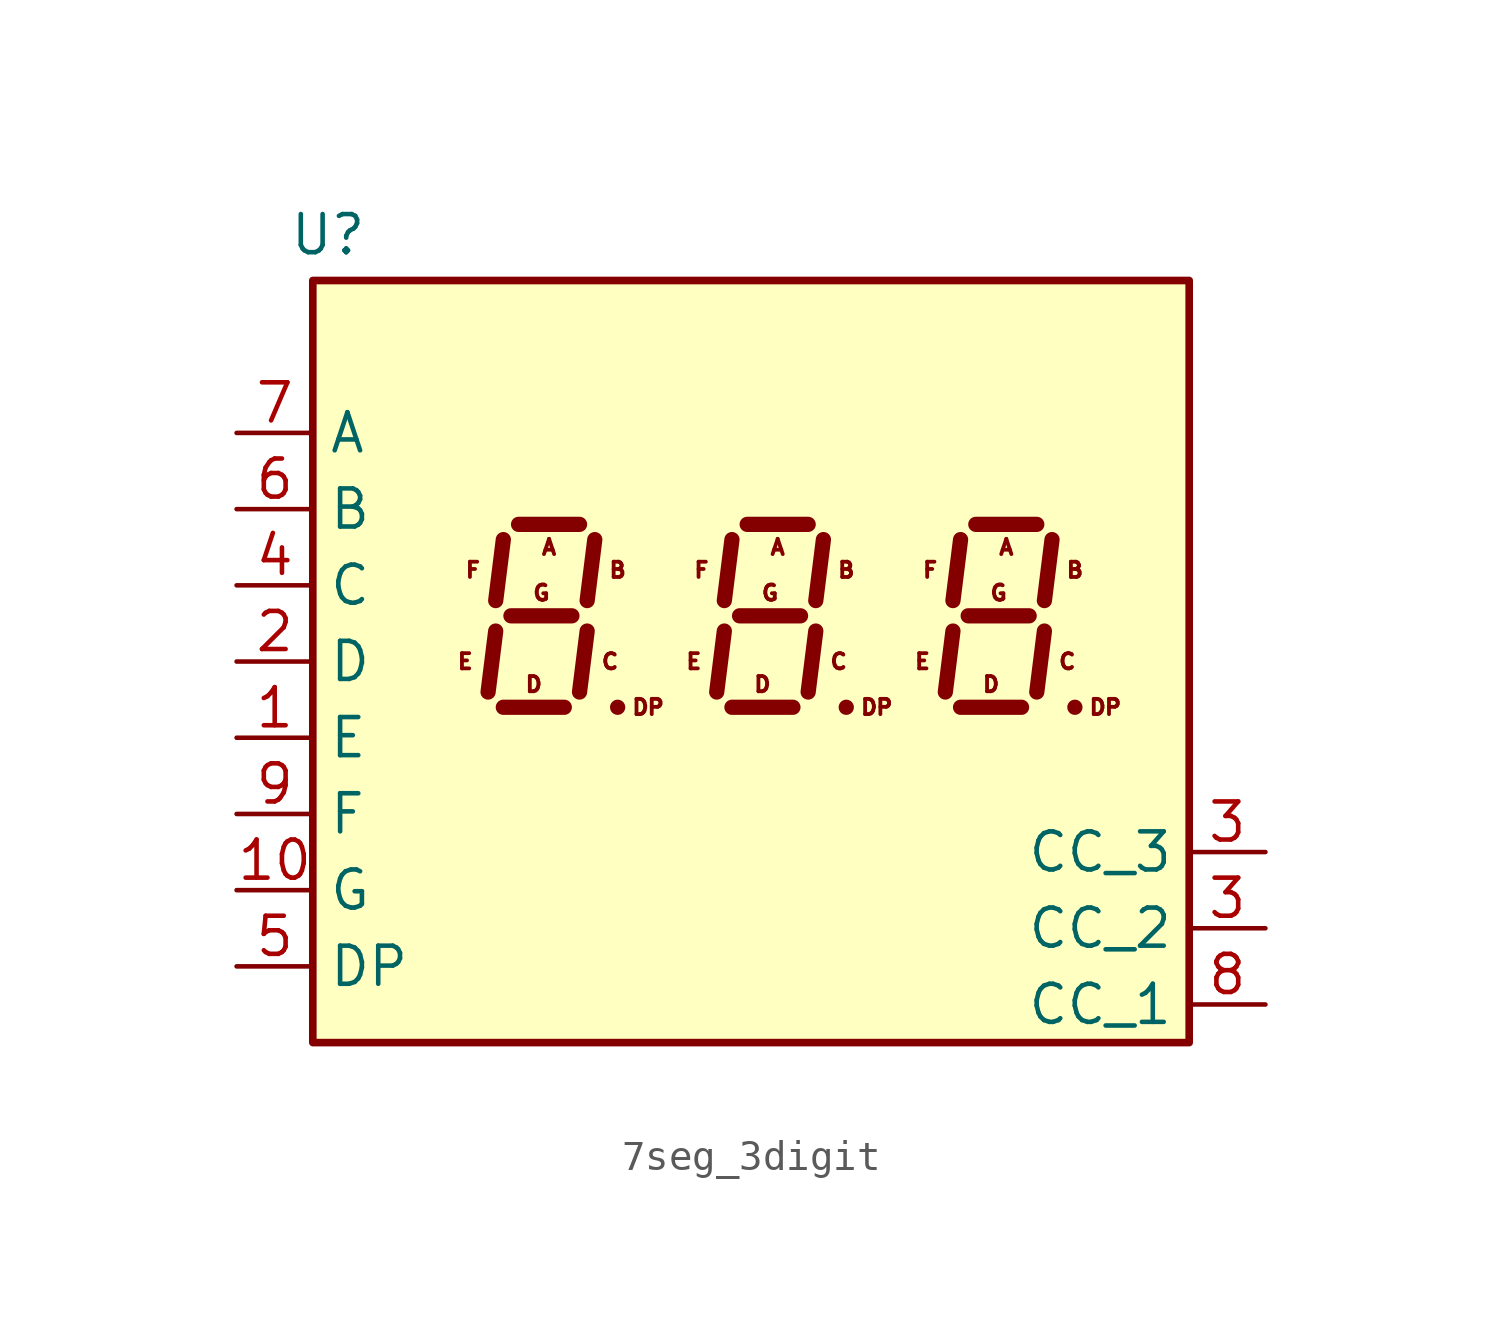
<source format=kicad_sym>
(kicad_symbol_lib
  (version 20231120)
  (generator "kicad_symbol_editor")
  (generator_version "7.99")
  (symbol "7seg_3digit"
    (property "Reference" "U"
      (at -3.302 15.494 0)
      (effects (font (size 1.27 1.27))))
    (property "Value" ""
      (at 0 0 0)
      (effects (font (size 1.27 1.27))))
    (symbol "7seg_3digit_0_0"
      (text "A" (at 4.064 5.08 0) (effects (font (size 0.508 0.508))))
      (text "A" (at 11.684 5.08 0) (effects (font (size 0.508 0.508))))
      (text "A" (at 19.304 5.08 0) (effects (font (size 0.508 0.508))))
      (text "B" (at 6.35 4.318 0) (effects (font (size 0.508 0.508))))
      (text "B" (at 13.97 4.318 0) (effects (font (size 0.508 0.508))))
      (text "B" (at 21.59 4.318 0) (effects (font (size 0.508 0.508))))
      (text "C" (at 6.096 1.27 0) (effects (font (size 0.508 0.508))))
      (text "C" (at 13.716 1.27 0) (effects (font (size 0.508 0.508))))
      (text "C" (at 21.336 1.27 0) (effects (font (size 0.508 0.508))))
      (text "D" (at 3.556 0.508 0) (effects (font (size 0.508 0.508))))
      (text "D" (at 11.176 0.508 0) (effects (font (size 0.508 0.508))))
      (text "D" (at 18.796 0.508 0) (effects (font (size 0.508 0.508))))
      (text "DP" (at 7.366 -0.254 0) (effects (font (size 0.508 0.508))))
      (text "DP" (at 14.986 -0.254 0) (effects (font (size 0.508 0.508))))
      (text "DP" (at 22.606 -0.254 0) (effects (font (size 0.508 0.508))))
      (text "E" (at 1.27 1.27 0) (effects (font (size 0.508 0.508))))
      (text "E" (at 8.89 1.27 0) (effects (font (size 0.508 0.508))))
      (text "E" (at 16.51 1.27 0) (effects (font (size 0.508 0.508))))
      (text "F" (at 1.524 4.318 0) (effects (font (size 0.508 0.508))))
      (text "F" (at 9.144 4.318 0) (effects (font (size 0.508 0.508))))
      (text "F" (at 16.764 4.318 0) (effects (font (size 0.508 0.508))))
      (text "G" (at 3.81 3.556 0) (effects (font (size 0.508 0.508))))
      (text "G" (at 11.43 3.556 0) (effects (font (size 0.508 0.508))))
      (text "G" (at 19.05 3.556 0) (effects (font (size 0.508 0.508)))))
    (symbol "7seg_3digit_0_1"
      (rectangle (start -3.81 13.97) (end 25.4 -11.43) (stroke (width 0.254) (type default)) (fill (type background)))
      (polyline (pts (xy 2.286 2.286) (xy 2.032 0.254)) (stroke (width 0.508) (type default)) (fill (type none)))
      (polyline (pts (xy 2.54 -0.254) (xy 4.572 -0.254)) (stroke (width 0.508) (type default)) (fill (type none)))
      (polyline (pts (xy 2.54 5.334) (xy 2.286 3.302)) (stroke (width 0.508) (type default)) (fill (type none)))
      (polyline (pts (xy 2.794 2.794) (xy 4.826 2.794)) (stroke (width 0.508) (type default)) (fill (type none)))
      (polyline (pts (xy 3.048 5.842) (xy 5.08 5.842)) (stroke (width 0.508) (type default)) (fill (type none)))
      (polyline (pts (xy 5.334 2.286) (xy 5.08 0.254)) (stroke (width 0.508) (type default)) (fill (type none)))
      (polyline (pts (xy 5.588 5.334) (xy 5.334 3.302)) (stroke (width 0.508) (type default)) (fill (type none)))
      (polyline (pts (xy 6.35 -0.254) (xy 6.35 -0.254)) (stroke (width 0.508) (type default)) (fill (type none)))
      (polyline (pts (xy 9.906 2.286) (xy 9.652 0.254)) (stroke (width 0.508) (type default)) (fill (type none)))
      (polyline (pts (xy 10.16 -0.254) (xy 12.192 -0.254)) (stroke (width 0.508) (type default)) (fill (type none)))
      (polyline (pts (xy 10.16 5.334) (xy 9.906 3.302)) (stroke (width 0.508) (type default)) (fill (type none)))
      (polyline (pts (xy 10.414 2.794) (xy 12.446 2.794)) (stroke (width 0.508) (type default)) (fill (type none)))
      (polyline (pts (xy 10.668 5.842) (xy 12.7 5.842)) (stroke (width 0.508) (type default)) (fill (type none)))
      (polyline (pts (xy 12.954 2.286) (xy 12.7 0.254)) (stroke (width 0.508) (type default)) (fill (type none)))
      (polyline (pts (xy 13.208 5.334) (xy 12.954 3.302)) (stroke (width 0.508) (type default)) (fill (type none)))
      (polyline (pts (xy 13.97 -0.254) (xy 13.97 -0.254)) (stroke (width 0.508) (type default)) (fill (type none)))
      (polyline (pts (xy 17.526 2.286) (xy 17.272 0.254)) (stroke (width 0.508) (type default)) (fill (type none)))
      (polyline (pts (xy 17.78 -0.254) (xy 19.812 -0.254)) (stroke (width 0.508) (type default)) (fill (type none)))
      (polyline (pts (xy 17.78 5.334) (xy 17.526 3.302)) (stroke (width 0.508) (type default)) (fill (type none)))
      (polyline (pts (xy 18.034 2.794) (xy 20.066 2.794)) (stroke (width 0.508) (type default)) (fill (type none)))
      (polyline (pts (xy 18.288 5.842) (xy 20.32 5.842)) (stroke (width 0.508) (type default)) (fill (type none)))
      (polyline (pts (xy 20.574 2.286) (xy 20.32 0.254)) (stroke (width 0.508) (type default)) (fill (type none)))
      (polyline (pts (xy 20.828 5.334) (xy 20.574 3.302)) (stroke (width 0.508) (type default)) (fill (type none)))
      (polyline (pts (xy 21.59 -0.254) (xy 21.59 -0.254)) (stroke (width 0.508) (type default)) (fill (type none))))
    (symbol "7seg_3digit_1_1"
      (pin input line (at -6.35 -1.27 0) (length 2.54) (name "E" (effects (font (size 1.27 1.27)))) (number "1" (effects (font (size 1.27 1.27)))))
      (pin input line (at -6.35 -6.35 0) (length 2.54) (name "G" (effects (font (size 1.27 1.27)))) (number "10" (effects (font (size 1.27 1.27)))))
      (pin input line (at -6.35 1.27 0) (length 2.54) (name "D" (effects (font (size 1.27 1.27)))) (number "2" (effects (font (size 1.27 1.27)))))
      (pin input line (at 27.94 -7.62 180) (length 2.54) (name "CC_2" (effects (font (size 1.27 1.27)))) (number "3" (effects (font (size 1.27 1.27)))))
      (pin input line (at 27.94 -5.08 180) (length 2.54) (name "CC_3" (effects (font (size 1.27 1.27)))) (number "3" (effects (font (size 1.27 1.27)))))
      (pin input line (at -6.35 3.81 0) (length 2.54) (name "C" (effects (font (size 1.27 1.27)))) (number "4" (effects (font (size 1.27 1.27)))))
      (pin input line (at -6.35 -8.89 0) (length 2.54) (name "DP" (effects (font (size 1.27 1.27)))) (number "5" (effects (font (size 1.27 1.27)))))
      (pin input line (at -6.35 6.35 0) (length 2.54) (name "B" (effects (font (size 1.27 1.27)))) (number "6" (effects (font (size 1.27 1.27)))))
      (pin input line (at -6.35 8.89 0) (length 2.54) (name "A" (effects (font (size 1.27 1.27)))) (number "7" (effects (font (size 1.27 1.27)))))
      (pin input line (at 27.94 -10.16 180) (length 2.54) (name "CC_1" (effects (font (size 1.27 1.27)))) (number "8" (effects (font (size 1.27 1.27)))))
      (pin input line (at -6.35 -3.81 0) (length 2.54) (name "F" (effects (font (size 1.27 1.27)))) (number "9" (effects (font (size 1.27 1.27))))))))
</source>
